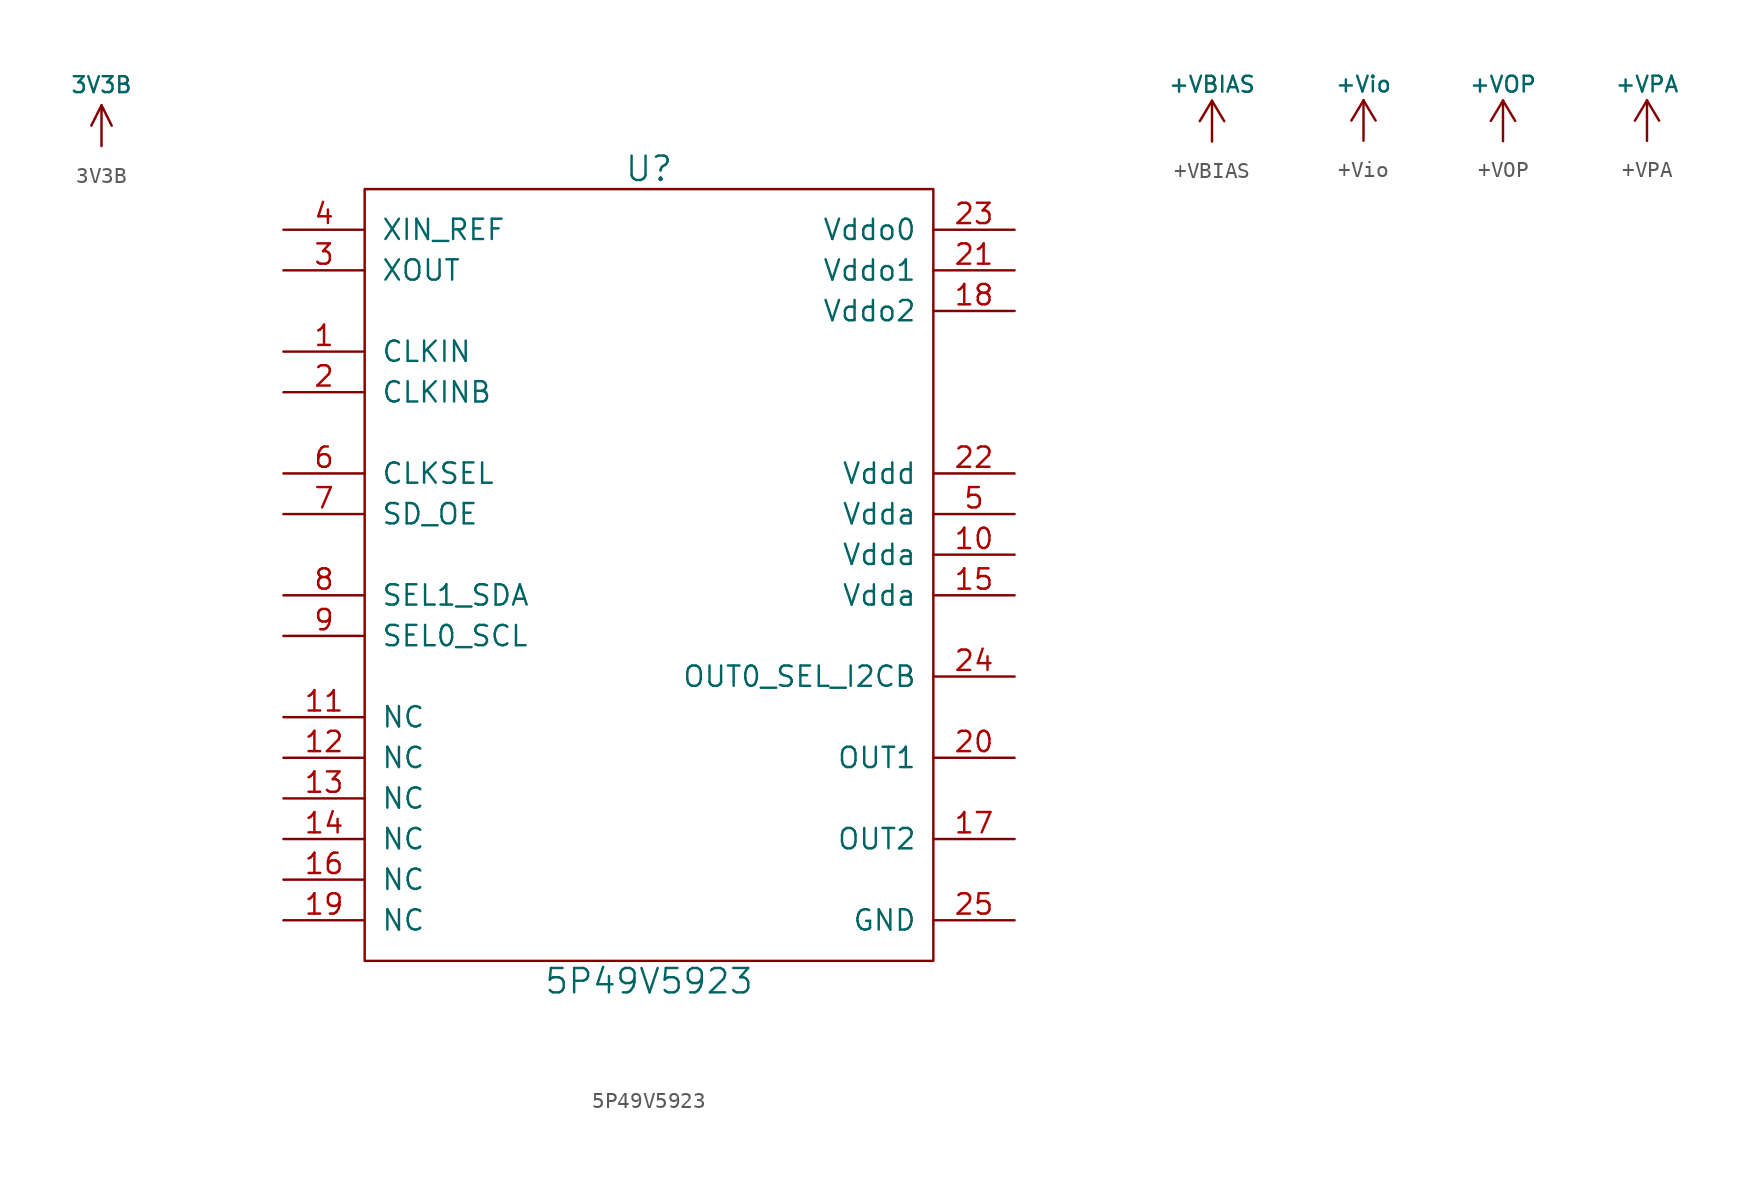
<source format=kicad_sym>
(kicad_symbol_lib
  (version 20210619)
  (generator kicad_symbol_editor)
  (symbol "hermeslite:3V3B"
    (power)
    (pin_names
      (offset 0))
    (property "Reference" "#PWR"
      (at 0 -3.81 0)
      (effects (font (size 1.524 1.524)) hide))
    (property "Value" "3V3B"
      (at 0 3.81 0)
      (effects (font (size 0.991 0.991))))
    (symbol "3V3B_0_1"
      (polyline (pts (xy -0.635 1.27) (xy 0 2.54)) (stroke (width 0)) (fill (type none)))
      (polyline (pts (xy 0 0) (xy 0 2.54) (xy 0.635 1.27)) (stroke (width 0)) (fill (type none))))
    (symbol "3V3B_1_1"
      (pin power_in line (at 0 0 90) (length 0) hide (name "3V3B" (effects (font (size 1.27 1.27)))) (number "1" (effects (font (size 1.27 1.27)))))))
  (symbol "hermeslite:5P49V5923"
    (pin_names
      (offset 1.016))
    (property "Reference" "U"
      (at 0 49.53 0)
      (effects (font (size 1.524 1.524))))
    (property "Value" "5P49V5923"
      (at 0 -1.27 0)
      (effects (font (size 1.524 1.524))))
    (property "Footprint" ""
      (at 0 0 0)
      (effects (font (size 1.524 1.524))))
    (property "Datasheet" ""
      (at 0 0 0)
      (effects (font (size 1.524 1.524))))
    (symbol "5P49V5923_0_1"
      (rectangle (start -17.78 48.26) (end 17.78 0) (stroke (width 0)) (fill (type none))))
    (symbol "5P49V5923_1_1"
      (pin input line (at -22.86 38.1 0) (length 5.08) (name "CLKIN" (effects (font (size 1.27 1.27)))) (number "1" (effects (font (size 1.27 1.27)))))
      (pin power_in line (at 22.86 25.4 180) (length 5.08) (name "Vdda" (effects (font (size 1.27 1.27)))) (number "10" (effects (font (size 1.27 1.27)))))
      (pin input line (at -22.86 15.24 0) (length 5.08) (name "NC" (effects (font (size 1.27 1.27)))) (number "11" (effects (font (size 1.27 1.27)))))
      (pin input line (at -22.86 12.7 0) (length 5.08) (name "NC" (effects (font (size 1.27 1.27)))) (number "12" (effects (font (size 1.27 1.27)))))
      (pin input line (at -22.86 10.16 0) (length 5.08) (name "NC" (effects (font (size 1.27 1.27)))) (number "13" (effects (font (size 1.27 1.27)))))
      (pin input line (at -22.86 7.62 0) (length 5.08) (name "NC" (effects (font (size 1.27 1.27)))) (number "14" (effects (font (size 1.27 1.27)))))
      (pin power_in line (at 22.86 22.86 180) (length 5.08) (name "Vdda" (effects (font (size 1.27 1.27)))) (number "15" (effects (font (size 1.27 1.27)))))
      (pin input line (at -22.86 5.08 0) (length 5.08) (name "NC" (effects (font (size 1.27 1.27)))) (number "16" (effects (font (size 1.27 1.27)))))
      (pin output line (at 22.86 7.62 180) (length 5.08) (name "OUT2" (effects (font (size 1.27 1.27)))) (number "17" (effects (font (size 1.27 1.27)))))
      (pin power_in line (at 22.86 40.64 180) (length 5.08) (name "Vddo2" (effects (font (size 1.27 1.27)))) (number "18" (effects (font (size 1.27 1.27)))))
      (pin input line (at -22.86 2.54 0) (length 5.08) (name "NC" (effects (font (size 1.27 1.27)))) (number "19" (effects (font (size 1.27 1.27)))))
      (pin input line (at -22.86 35.56 0) (length 5.08) (name "CLKINB" (effects (font (size 1.27 1.27)))) (number "2" (effects (font (size 1.27 1.27)))))
      (pin output line (at 22.86 12.7 180) (length 5.08) (name "OUT1" (effects (font (size 1.27 1.27)))) (number "20" (effects (font (size 1.27 1.27)))))
      (pin power_in line (at 22.86 43.18 180) (length 5.08) (name "Vddo1" (effects (font (size 1.27 1.27)))) (number "21" (effects (font (size 1.27 1.27)))))
      (pin power_in line (at 22.86 30.48 180) (length 5.08) (name "Vddd" (effects (font (size 1.27 1.27)))) (number "22" (effects (font (size 1.27 1.27)))))
      (pin power_in line (at 22.86 45.72 180) (length 5.08) (name "Vddo0" (effects (font (size 1.27 1.27)))) (number "23" (effects (font (size 1.27 1.27)))))
      (pin bidirectional line (at 22.86 17.78 180) (length 5.08) (name "OUT0_SEL_I2CB" (effects (font (size 1.27 1.27)))) (number "24" (effects (font (size 1.27 1.27)))))
      (pin power_in line (at 22.86 2.54 180) (length 5.08) (name "GND" (effects (font (size 1.27 1.27)))) (number "25" (effects (font (size 1.27 1.27)))))
      (pin input line (at -22.86 43.18 0) (length 5.08) (name "XOUT" (effects (font (size 1.27 1.27)))) (number "3" (effects (font (size 1.27 1.27)))))
      (pin input line (at -22.86 45.72 0) (length 5.08) (name "XIN_REF" (effects (font (size 1.27 1.27)))) (number "4" (effects (font (size 1.27 1.27)))))
      (pin power_in line (at 22.86 27.94 180) (length 5.08) (name "Vdda" (effects (font (size 1.27 1.27)))) (number "5" (effects (font (size 1.27 1.27)))))
      (pin input line (at -22.86 30.48 0) (length 5.08) (name "CLKSEL" (effects (font (size 1.27 1.27)))) (number "6" (effects (font (size 1.27 1.27)))))
      (pin input line (at -22.86 27.94 0) (length 5.08) (name "SD_OE" (effects (font (size 1.27 1.27)))) (number "7" (effects (font (size 1.27 1.27)))))
      (pin input line (at -22.86 22.86 0) (length 5.08) (name "SEL1_SDA" (effects (font (size 1.27 1.27)))) (number "8" (effects (font (size 1.27 1.27)))))
      (pin input line (at -22.86 20.32 0) (length 5.08) (name "SEL0_SCL" (effects (font (size 1.27 1.27)))) (number "9" (effects (font (size 1.27 1.27)))))))
  (symbol "hermeslite:+VBIAS"
    (power)
    (pin_names
      (offset 0))
    (property "Reference" "#PWR"
      (at 0 -3.81 0)
      (effects (font (size 1.27 1.27)) hide))
    (property "Value" "+VBIAS"
      (at 0 3.556 0)
      (effects (font (size 0.991 0.991))))
    (property "Footprint" ""
      (at 0 0 0)
      (effects (font (size 1.27 1.27))))
    (property "Datasheet" ""
      (at 0 0 0)
      (effects (font (size 1.27 1.27))))
    (symbol "+VBIAS_0_1"
      (polyline (pts (xy -0.762 1.27) (xy 0 2.54)) (stroke (width 0)) (fill (type none)))
      (polyline (pts (xy 0 0) (xy 0 2.54)) (stroke (width 0)) (fill (type none)))
      (polyline (pts (xy 0 2.54) (xy 0.762 1.27)) (stroke (width 0)) (fill (type none))))
    (symbol "+VBIAS_1_1"
      (pin power_in line (at 0 0 90) (length 0) hide (name "+VBIAS" (effects (font (size 1.27 1.27)))) (number "1" (effects (font (size 1.27 1.27)))))))
  (symbol "hermeslite:+Vio"
    (power)
    (pin_names
      (offset 0))
    (property "Reference" "#PWR"
      (at 0 -3.81 0)
      (effects (font (size 1.27 1.27)) hide))
    (property "Value" "+Vio"
      (at 0 3.556 0)
      (effects (font (size 0.991 0.991))))
    (property "Footprint" ""
      (at 0 0 0)
      (effects (font (size 1.27 1.27))))
    (property "Datasheet" ""
      (at 0 0 0)
      (effects (font (size 1.27 1.27))))
    (symbol "+Vio_0_1"
      (polyline (pts (xy -0.762 1.27) (xy 0 2.54)) (stroke (width 0)) (fill (type none)))
      (polyline (pts (xy 0 0) (xy 0 2.54)) (stroke (width 0)) (fill (type none)))
      (polyline (pts (xy 0 2.54) (xy 0.762 1.27)) (stroke (width 0)) (fill (type none))))
    (symbol "+Vio_1_1"
      (pin power_in line (at 0 0 90) (length 0) hide (name "+IOV" (effects (font (size 1.27 1.27)))) (number "1" (effects (font (size 1.27 1.27)))))))
  (symbol "hermeslite:+VOP"
    (power)
    (pin_names
      (offset 0))
    (property "Reference" "#PWR"
      (at 0 -3.81 0)
      (effects (font (size 1.27 1.27)) hide))
    (property "Value" "+VOP"
      (at 0 3.556 0)
      (effects (font (size 0.991 0.991))))
    (property "Footprint" ""
      (at 0 0 0)
      (effects (font (size 1.27 1.27))))
    (property "Datasheet" ""
      (at 0 0 0)
      (effects (font (size 1.27 1.27))))
    (symbol "+VOP_0_1"
      (polyline (pts (xy -0.762 1.27) (xy 0 2.54)) (stroke (width 0)) (fill (type none)))
      (polyline (pts (xy 0 0) (xy 0 2.54)) (stroke (width 0)) (fill (type none)))
      (polyline (pts (xy 0 2.54) (xy 0.762 1.27)) (stroke (width 0)) (fill (type none))))
    (symbol "+VOP_1_1"
      (pin power_in line (at 0 0 90) (length 0) hide (name "+VOP" (effects (font (size 1.27 1.27)))) (number "1" (effects (font (size 1.27 1.27)))))))
  (symbol "hermeslite:+VPA"
    (power)
    (pin_names
      (offset 0))
    (property "Reference" "#PWR"
      (at 0 -3.81 0)
      (effects (font (size 1.27 1.27)) hide))
    (property "Value" "+VPA"
      (at 0 3.556 0)
      (effects (font (size 0.991 0.991))))
    (property "Footprint" ""
      (at 0 0 0)
      (effects (font (size 1.27 1.27))))
    (property "Datasheet" ""
      (at 0 0 0)
      (effects (font (size 1.27 1.27))))
    (symbol "+VPA_0_1"
      (polyline (pts (xy -0.762 1.27) (xy 0 2.54)) (stroke (width 0)) (fill (type none)))
      (polyline (pts (xy 0 0) (xy 0 2.54)) (stroke (width 0)) (fill (type none)))
      (polyline (pts (xy 0 2.54) (xy 0.762 1.27)) (stroke (width 0)) (fill (type none))))
    (symbol "+VPA_1_1"
      (pin power_in line (at 0 0 90) (length 0) hide (name "+VPA" (effects (font (size 1.27 1.27)))) (number "1" (effects (font (size 1.27 1.27))))))))
</source>
